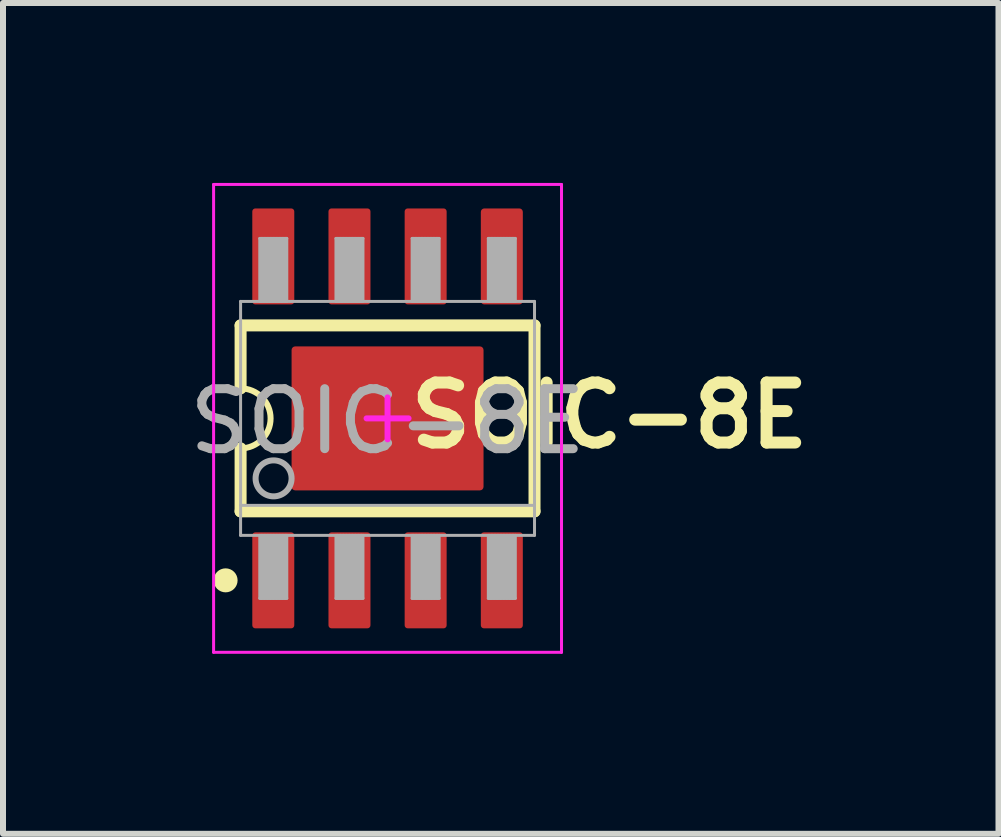
<source format=kicad_pcb>
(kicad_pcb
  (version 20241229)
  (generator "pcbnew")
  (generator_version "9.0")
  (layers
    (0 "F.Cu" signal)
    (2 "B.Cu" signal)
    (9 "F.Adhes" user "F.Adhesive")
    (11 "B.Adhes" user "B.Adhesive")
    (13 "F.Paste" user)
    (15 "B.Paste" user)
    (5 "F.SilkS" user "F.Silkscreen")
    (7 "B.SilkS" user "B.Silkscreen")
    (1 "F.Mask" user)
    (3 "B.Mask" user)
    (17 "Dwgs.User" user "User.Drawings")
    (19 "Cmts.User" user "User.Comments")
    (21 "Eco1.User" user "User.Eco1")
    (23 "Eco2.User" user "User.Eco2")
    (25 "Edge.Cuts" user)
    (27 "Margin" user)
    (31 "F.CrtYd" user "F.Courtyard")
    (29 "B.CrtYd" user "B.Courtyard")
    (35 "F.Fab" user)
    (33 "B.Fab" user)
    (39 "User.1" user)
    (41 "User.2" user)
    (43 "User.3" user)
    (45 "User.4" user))
  (footprint "SOIC-8E"
    (layer "F.Cu")
    (at 3.411 3.925)
    (property "Reference" "SOIC-8E" (at 3.7 -0.05 0) (layer "F.SilkS") (effects (font (size 1 1) (thickness 0.2))))
    (attr through_hole)
    (fp_line (start -2.45 -1.55) (end 2.45 -1.55) (stroke (width 0.2) (type solid)) (layer "F.SilkS"))
    (fp_line (start -2.45 -0.5) (end -2.45 -1.55) (stroke (width 0.2) (type solid)) (layer "F.SilkS"))
    (fp_line (start -2.45 1.55) (end -2.45 0.5) (stroke (width 0.2) (type solid)) (layer "F.SilkS"))
    (fp_line (start 2.45 -1.55) (end 2.45 1.55) (stroke (width 0.2) (type solid)) (layer "F.SilkS"))
    (fp_line (start 2.45 1.55) (end -2.45 1.55) (stroke (width 0.2) (type solid)) (layer "F.SilkS"))
    (fp_arc (start -2.45 -0.5) (mid -1.95 0) (end -2.45 0.5) (stroke (width 0.1) (type solid)) (layer "F.SilkS"))
    (fp_circle (center -2.7 2.7) (end -2.6 2.7) (stroke (width 0.2) (type solid)) (fill no) (layer "F.SilkS"))
    (fp_poly (pts (xy -1.35 -0.95) (xy -0.2 -0.95) (xy -0.2 -0.2) (xy -1.35 -0.2)) (stroke (width 0.15) (type solid)) (fill yes) (layer "F.Paste"))
    (fp_poly (pts (xy -0.2 0.95) (xy -1.35 0.95) (xy -1.35 0.2) (xy -0.2 0.2)) (stroke (width 0.15) (type solid)) (fill yes) (layer "F.Paste"))
    (fp_poly (pts (xy 1.35 -0.2) (xy 0.2 -0.2) (xy 0.2 -0.95) (xy 1.35 -0.95)) (stroke (width 0.15) (type solid)) (fill yes) (layer "F.Paste"))
    (fp_poly (pts (xy 1.35 0.95) (xy 0.2 0.95) (xy 0.2 0.2) (xy 1.35 0.2)) (stroke (width 0.15) (type solid)) (fill yes) (layer "F.Paste"))
    (fp_line (start -2.9 -3.9) (end 2.9 -3.9) (stroke (width 0.05) (type solid)) (layer "F.CrtYd"))
    (fp_line (start -2.9 3.9) (end -2.9 -3.9) (stroke (width 0.05) (type solid)) (layer "F.CrtYd"))
    (fp_line (start -0.35 0) (end 0.35 0) (stroke (width 0.1) (type solid)) (layer "F.CrtYd"))
    (fp_line (start 0 -0.35) (end 0 0.35) (stroke (width 0.1) (type solid)) (layer "F.CrtYd"))
    (fp_line (start 2.9 -3.9) (end 2.9 3.9) (stroke (width 0.05) (type solid)) (layer "F.CrtYd"))
    (fp_line (start 2.9 3.9) (end -2.9 3.9) (stroke (width 0.05) (type solid)) (layer "F.CrtYd"))
    (fp_line (start -2.45 -1.95) (end -2.45 1.95) (stroke (width 0.05) (type solid)) (layer "F.Fab"))
    (fp_line (start -2.45 -1.95) (end 2.45 -1.95) (stroke (width 0.05) (type solid)) (layer "F.Fab"))
    (fp_line (start -2.45 1.45) (end 2.45 1.45) (stroke (width 0.05) (type solid)) (layer "F.Fab"))
    (fp_line (start -2.45 1.95) (end 2.45 1.95) (stroke (width 0.05) (type solid)) (layer "F.Fab"))
    (fp_line (start -2.13 -1.95) (end -2.13 -3) (stroke (width 0.05) (type solid)) (layer "F.Fab"))
    (fp_line (start -2.13 1.95) (end -2.13 3) (stroke (width 0.05) (type solid)) (layer "F.Fab"))
    (fp_line (start -2.13 3) (end -1.68 3) (stroke (width 0.05) (type solid)) (layer "F.Fab"))
    (fp_line (start -2.105 -1.95) (end -2.105 -3) (stroke (width 0.05) (type solid)) (layer "F.Fab"))
    (fp_line (start -2.105 1.95) (end -2.105 3) (stroke (width 0.05) (type solid)) (layer "F.Fab"))
    (fp_line (start -2.08 -1.95) (end -2.08 -3) (stroke (width 0.05) (type solid)) (layer "F.Fab"))
    (fp_line (start -2.08 1.95) (end -2.08 3) (stroke (width 0.05) (type solid)) (layer "F.Fab"))
    (fp_line (start -2.055 -1.95) (end -2.055 -3) (stroke (width 0.05) (type solid)) (layer "F.Fab"))
    (fp_line (start -2.055 1.95) (end -2.055 3) (stroke (width 0.05) (type solid)) (layer "F.Fab"))
    (fp_line (start -2.03 -1.95) (end -2.03 -3) (stroke (width 0.05) (type solid)) (layer "F.Fab"))
    (fp_line (start -2.03 1.95) (end -2.03 3) (stroke (width 0.05) (type solid)) (layer "F.Fab"))
    (fp_line (start -2.005 -1.95) (end -2.005 -3) (stroke (width 0.05) (type solid)) (layer "F.Fab"))
    (fp_line (start -2.005 1.95) (end -2.005 3) (stroke (width 0.05) (type solid)) (layer "F.Fab"))
    (fp_line (start -1.98 -1.95) (end -1.98 -3) (stroke (width 0.05) (type solid)) (layer "F.Fab"))
    (fp_line (start -1.98 1.95) (end -1.98 3) (stroke (width 0.05) (type solid)) (layer "F.Fab"))
    (fp_line (start -1.955 -1.95) (end -1.955 -3) (stroke (width 0.05) (type solid)) (layer "F.Fab"))
    (fp_line (start -1.955 1.95) (end -1.955 3) (stroke (width 0.05) (type solid)) (layer "F.Fab"))
    (fp_line (start -1.93 -1.95) (end -1.93 -3) (stroke (width 0.05) (type solid)) (layer "F.Fab"))
    (fp_line (start -1.93 1.95) (end -1.93 3) (stroke (width 0.05) (type solid)) (layer "F.Fab"))
    (fp_line (start -1.905 -1.95) (end -1.905 -3) (stroke (width 0.05) (type solid)) (layer "F.Fab"))
    (fp_line (start -1.905 1.95) (end -1.905 3) (stroke (width 0.05) (type solid)) (layer "F.Fab"))
    (fp_line (start -1.88 -1.95) (end -1.88 -3) (stroke (width 0.05) (type solid)) (layer "F.Fab"))
    (fp_line (start -1.88 1.95) (end -1.88 3) (stroke (width 0.05) (type solid)) (layer "F.Fab"))
    (fp_line (start -1.855 -1.95) (end -1.855 -3) (stroke (width 0.05) (type solid)) (layer "F.Fab"))
    (fp_line (start -1.855 1.95) (end -1.855 3) (stroke (width 0.05) (type solid)) (layer "F.Fab"))
    (fp_line (start -1.83 -1.95) (end -1.83 -3) (stroke (width 0.05) (type solid)) (layer "F.Fab"))
    (fp_line (start -1.83 1.95) (end -1.83 3) (stroke (width 0.05) (type solid)) (layer "F.Fab"))
    (fp_line (start -1.805 -1.95) (end -1.805 -3) (stroke (width 0.05) (type solid)) (layer "F.Fab"))
    (fp_line (start -1.805 1.95) (end -1.805 3) (stroke (width 0.05) (type solid)) (layer "F.Fab"))
    (fp_line (start -1.78 -1.95) (end -1.78 -3) (stroke (width 0.05) (type solid)) (layer "F.Fab"))
    (fp_line (start -1.78 1.95) (end -1.78 3) (stroke (width 0.05) (type solid)) (layer "F.Fab"))
    (fp_line (start -1.755 -1.95) (end -1.755 -3) (stroke (width 0.05) (type solid)) (layer "F.Fab"))
    (fp_line (start -1.755 1.95) (end -1.755 3) (stroke (width 0.05) (type solid)) (layer "F.Fab"))
    (fp_line (start -1.73 -1.95) (end -1.73 -3) (stroke (width 0.05) (type solid)) (layer "F.Fab"))
    (fp_line (start -1.73 1.95) (end -1.73 3) (stroke (width 0.05) (type solid)) (layer "F.Fab"))
    (fp_line (start -1.705 -1.95) (end -1.705 -3) (stroke (width 0.05) (type solid)) (layer "F.Fab"))
    (fp_line (start -1.705 1.95) (end -1.705 3) (stroke (width 0.05) (type solid)) (layer "F.Fab"))
    (fp_line (start -1.68 -3) (end -2.13 -3) (stroke (width 0.05) (type solid)) (layer "F.Fab"))
    (fp_line (start -1.68 -1.95) (end -1.68 -3) (stroke (width 0.05) (type solid)) (layer "F.Fab"))
    (fp_line (start -1.68 1.95) (end -1.68 3) (stroke (width 0.05) (type solid)) (layer "F.Fab"))
    (fp_line (start -0.86 -1.95) (end -0.86 -3) (stroke (width 0.05) (type solid)) (layer "F.Fab"))
    (fp_line (start -0.86 1.95) (end -0.86 3) (stroke (width 0.05) (type solid)) (layer "F.Fab"))
    (fp_line (start -0.86 3) (end -0.41 3) (stroke (width 0.05) (type solid)) (layer "F.Fab"))
    (fp_line (start -0.835 -1.95) (end -0.835 -3) (stroke (width 0.05) (type solid)) (layer "F.Fab"))
    (fp_line (start -0.835 1.95) (end -0.835 3) (stroke (width 0.05) (type solid)) (layer "F.Fab"))
    (fp_line (start -0.81 -1.95) (end -0.81 -3) (stroke (width 0.05) (type solid)) (layer "F.Fab"))
    (fp_line (start -0.81 1.95) (end -0.81 3) (stroke (width 0.05) (type solid)) (layer "F.Fab"))
    (fp_line (start -0.785 -1.95) (end -0.785 -3) (stroke (width 0.05) (type solid)) (layer "F.Fab"))
    (fp_line (start -0.785 1.95) (end -0.785 3) (stroke (width 0.05) (type solid)) (layer "F.Fab"))
    (fp_line (start -0.76 -1.95) (end -0.76 -3) (stroke (width 0.05) (type solid)) (layer "F.Fab"))
    (fp_line (start -0.76 1.95) (end -0.76 3) (stroke (width 0.05) (type solid)) (layer "F.Fab"))
    (fp_line (start -0.735 -1.95) (end -0.735 -3) (stroke (width 0.05) (type solid)) (layer "F.Fab"))
    (fp_line (start -0.735 1.95) (end -0.735 3) (stroke (width 0.05) (type solid)) (layer "F.Fab"))
    (fp_line (start -0.71 -1.95) (end -0.71 -3) (stroke (width 0.05) (type solid)) (layer "F.Fab"))
    (fp_line (start -0.71 1.95) (end -0.71 3) (stroke (width 0.05) (type solid)) (layer "F.Fab"))
    (fp_line (start -0.685 -1.95) (end -0.685 -3) (stroke (width 0.05) (type solid)) (layer "F.Fab"))
    (fp_line (start -0.685 1.95) (end -0.685 3) (stroke (width 0.05) (type solid)) (layer "F.Fab"))
    (fp_line (start -0.66 -1.95) (end -0.66 -3) (stroke (width 0.05) (type solid)) (layer "F.Fab"))
    (fp_line (start -0.66 1.95) (end -0.66 3) (stroke (width 0.05) (type solid)) (layer "F.Fab"))
    (fp_line (start -0.635 -1.95) (end -0.635 -3) (stroke (width 0.05) (type solid)) (layer "F.Fab"))
    (fp_line (start -0.635 1.95) (end -0.635 3) (stroke (width 0.05) (type solid)) (layer "F.Fab"))
    (fp_line (start -0.61 -1.95) (end -0.61 -3) (stroke (width 0.05) (type solid)) (layer "F.Fab"))
    (fp_line (start -0.61 1.95) (end -0.61 3) (stroke (width 0.05) (type solid)) (layer "F.Fab"))
    (fp_line (start -0.585 -1.95) (end -0.585 -3) (stroke (width 0.05) (type solid)) (layer "F.Fab"))
    (fp_line (start -0.585 1.95) (end -0.585 3) (stroke (width 0.05) (type solid)) (layer "F.Fab"))
    (fp_line (start -0.56 -1.95) (end -0.56 -3) (stroke (width 0.05) (type solid)) (layer "F.Fab"))
    (fp_line (start -0.56 1.95) (end -0.56 3) (stroke (width 0.05) (type solid)) (layer "F.Fab"))
    (fp_line (start -0.535 -1.95) (end -0.535 -3) (stroke (width 0.05) (type solid)) (layer "F.Fab"))
    (fp_line (start -0.535 1.95) (end -0.535 3) (stroke (width 0.05) (type solid)) (layer "F.Fab"))
    (fp_line (start -0.51 -1.95) (end -0.51 -3) (stroke (width 0.05) (type solid)) (layer "F.Fab"))
    (fp_line (start -0.51 1.95) (end -0.51 3) (stroke (width 0.05) (type solid)) (layer "F.Fab"))
    (fp_line (start -0.485 -1.95) (end -0.485 -3) (stroke (width 0.05) (type solid)) (layer "F.Fab"))
    (fp_line (start -0.485 1.95) (end -0.485 3) (stroke (width 0.05) (type solid)) (layer "F.Fab"))
    (fp_line (start -0.46 -1.95) (end -0.46 -3) (stroke (width 0.05) (type solid)) (layer "F.Fab"))
    (fp_line (start -0.46 1.95) (end -0.46 3) (stroke (width 0.05) (type solid)) (layer "F.Fab"))
    (fp_line (start -0.435 -1.95) (end -0.435 -3) (stroke (width 0.05) (type solid)) (layer "F.Fab"))
    (fp_line (start -0.435 1.95) (end -0.435 3) (stroke (width 0.05) (type solid)) (layer "F.Fab"))
    (fp_line (start -0.41 -3) (end -0.86 -3) (stroke (width 0.05) (type solid)) (layer "F.Fab"))
    (fp_line (start -0.41 -1.95) (end -0.41 -3) (stroke (width 0.05) (type solid)) (layer "F.Fab"))
    (fp_line (start -0.41 1.95) (end -0.41 3) (stroke (width 0.05) (type solid)) (layer "F.Fab"))
    (fp_line (start 0.41 -1.95) (end 0.41 -3) (stroke (width 0.05) (type solid)) (layer "F.Fab"))
    (fp_line (start 0.41 1.95) (end 0.41 3) (stroke (width 0.05) (type solid)) (layer "F.Fab"))
    (fp_line (start 0.41 3) (end 0.86 3) (stroke (width 0.05) (type solid)) (layer "F.Fab"))
    (fp_line (start 0.435 -1.95) (end 0.435 -3) (stroke (width 0.05) (type solid)) (layer "F.Fab"))
    (fp_line (start 0.435 1.95) (end 0.435 3) (stroke (width 0.05) (type solid)) (layer "F.Fab"))
    (fp_line (start 0.46 -1.95) (end 0.46 -3) (stroke (width 0.05) (type solid)) (layer "F.Fab"))
    (fp_line (start 0.46 1.95) (end 0.46 3) (stroke (width 0.05) (type solid)) (layer "F.Fab"))
    (fp_line (start 0.485 -1.95) (end 0.485 -3) (stroke (width 0.05) (type solid)) (layer "F.Fab"))
    (fp_line (start 0.485 1.95) (end 0.485 3) (stroke (width 0.05) (type solid)) (layer "F.Fab"))
    (fp_line (start 0.51 -1.95) (end 0.51 -3) (stroke (width 0.05) (type solid)) (layer "F.Fab"))
    (fp_line (start 0.51 1.95) (end 0.51 3) (stroke (width 0.05) (type solid)) (layer "F.Fab"))
    (fp_line (start 0.535 -1.95) (end 0.535 -3) (stroke (width 0.05) (type solid)) (layer "F.Fab"))
    (fp_line (start 0.535 1.95) (end 0.535 3) (stroke (width 0.05) (type solid)) (layer "F.Fab"))
    (fp_line (start 0.56 -1.95) (end 0.56 -3) (stroke (width 0.05) (type solid)) (layer "F.Fab"))
    (fp_line (start 0.56 1.95) (end 0.56 3) (stroke (width 0.05) (type solid)) (layer "F.Fab"))
    (fp_line (start 0.585 -1.95) (end 0.585 -3) (stroke (width 0.05) (type solid)) (layer "F.Fab"))
    (fp_line (start 0.585 1.95) (end 0.585 3) (stroke (width 0.05) (type solid)) (layer "F.Fab"))
    (fp_line (start 0.61 -1.95) (end 0.61 -3) (stroke (width 0.05) (type solid)) (layer "F.Fab"))
    (fp_line (start 0.61 1.95) (end 0.61 3) (stroke (width 0.05) (type solid)) (layer "F.Fab"))
    (fp_line (start 0.635 -1.95) (end 0.635 -3) (stroke (width 0.05) (type solid)) (layer "F.Fab"))
    (fp_line (start 0.635 1.95) (end 0.635 3) (stroke (width 0.05) (type solid)) (layer "F.Fab"))
    (fp_line (start 0.66 -1.95) (end 0.66 -3) (stroke (width 0.05) (type solid)) (layer "F.Fab"))
    (fp_line (start 0.66 1.95) (end 0.66 3) (stroke (width 0.05) (type solid)) (layer "F.Fab"))
    (fp_line (start 0.685 -1.95) (end 0.685 -3) (stroke (width 0.05) (type solid)) (layer "F.Fab"))
    (fp_line (start 0.685 1.95) (end 0.685 3) (stroke (width 0.05) (type solid)) (layer "F.Fab"))
    (fp_line (start 0.71 -1.95) (end 0.71 -3) (stroke (width 0.05) (type solid)) (layer "F.Fab"))
    (fp_line (start 0.71 1.95) (end 0.71 3) (stroke (width 0.05) (type solid)) (layer "F.Fab"))
    (fp_line (start 0.735 -1.95) (end 0.735 -3) (stroke (width 0.05) (type solid)) (layer "F.Fab"))
    (fp_line (start 0.735 1.95) (end 0.735 3) (stroke (width 0.05) (type solid)) (layer "F.Fab"))
    (fp_line (start 0.76 -1.95) (end 0.76 -3) (stroke (width 0.05) (type solid)) (layer "F.Fab"))
    (fp_line (start 0.76 1.95) (end 0.76 3) (stroke (width 0.05) (type solid)) (layer "F.Fab"))
    (fp_line (start 0.785 -1.95) (end 0.785 -3) (stroke (width 0.05) (type solid)) (layer "F.Fab"))
    (fp_line (start 0.785 1.95) (end 0.785 3) (stroke (width 0.05) (type solid)) (layer "F.Fab"))
    (fp_line (start 0.81 -1.95) (end 0.81 -3) (stroke (width 0.05) (type solid)) (layer "F.Fab"))
    (fp_line (start 0.81 1.95) (end 0.81 3) (stroke (width 0.05) (type solid)) (layer "F.Fab"))
    (fp_line (start 0.835 -1.95) (end 0.835 -3) (stroke (width 0.05) (type solid)) (layer "F.Fab"))
    (fp_line (start 0.835 1.95) (end 0.835 3) (stroke (width 0.05) (type solid)) (layer "F.Fab"))
    (fp_line (start 0.86 -3) (end 0.41 -3) (stroke (width 0.05) (type solid)) (layer "F.Fab"))
    (fp_line (start 0.86 -1.95) (end 0.86 -3) (stroke (width 0.05) (type solid)) (layer "F.Fab"))
    (fp_line (start 0.86 1.95) (end 0.86 3) (stroke (width 0.05) (type solid)) (layer "F.Fab"))
    (fp_line (start 1.68 -1.95) (end 1.68 -3) (stroke (width 0.05) (type solid)) (layer "F.Fab"))
    (fp_line (start 1.68 1.95) (end 1.68 3) (stroke (width 0.05) (type solid)) (layer "F.Fab"))
    (fp_line (start 1.68 3) (end 2.13 3) (stroke (width 0.05) (type solid)) (layer "F.Fab"))
    (fp_line (start 1.705 -1.95) (end 1.705 -3) (stroke (width 0.05) (type solid)) (layer "F.Fab"))
    (fp_line (start 1.705 1.95) (end 1.705 3) (stroke (width 0.05) (type solid)) (layer "F.Fab"))
    (fp_line (start 1.73 -1.95) (end 1.73 -3) (stroke (width 0.05) (type solid)) (layer "F.Fab"))
    (fp_line (start 1.73 1.95) (end 1.73 3) (stroke (width 0.05) (type solid)) (layer "F.Fab"))
    (fp_line (start 1.755 -1.95) (end 1.755 -3) (stroke (width 0.05) (type solid)) (layer "F.Fab"))
    (fp_line (start 1.755 1.95) (end 1.755 3) (stroke (width 0.05) (type solid)) (layer "F.Fab"))
    (fp_line (start 1.78 -1.95) (end 1.78 -3) (stroke (width 0.05) (type solid)) (layer "F.Fab"))
    (fp_line (start 1.78 1.95) (end 1.78 3) (stroke (width 0.05) (type solid)) (layer "F.Fab"))
    (fp_line (start 1.805 -1.95) (end 1.805 -3) (stroke (width 0.05) (type solid)) (layer "F.Fab"))
    (fp_line (start 1.805 1.95) (end 1.805 3) (stroke (width 0.05) (type solid)) (layer "F.Fab"))
    (fp_line (start 1.83 -1.95) (end 1.83 -3) (stroke (width 0.05) (type solid)) (layer "F.Fab"))
    (fp_line (start 1.83 1.95) (end 1.83 3) (stroke (width 0.05) (type solid)) (layer "F.Fab"))
    (fp_line (start 1.855 -1.95) (end 1.855 -3) (stroke (width 0.05) (type solid)) (layer "F.Fab"))
    (fp_line (start 1.855 1.95) (end 1.855 3) (stroke (width 0.05) (type solid)) (layer "F.Fab"))
    (fp_line (start 1.88 -1.95) (end 1.88 -3) (stroke (width 0.05) (type solid)) (layer "F.Fab"))
    (fp_line (start 1.88 1.95) (end 1.88 3) (stroke (width 0.05) (type solid)) (layer "F.Fab"))
    (fp_line (start 1.905 -1.95) (end 1.905 -3) (stroke (width 0.05) (type solid)) (layer "F.Fab"))
    (fp_line (start 1.905 1.95) (end 1.905 3) (stroke (width 0.05) (type solid)) (layer "F.Fab"))
    (fp_line (start 1.93 -1.95) (end 1.93 -3) (stroke (width 0.05) (type solid)) (layer "F.Fab"))
    (fp_line (start 1.93 1.95) (end 1.93 3) (stroke (width 0.05) (type solid)) (layer "F.Fab"))
    (fp_line (start 1.955 -1.95) (end 1.955 -3) (stroke (width 0.05) (type solid)) (layer "F.Fab"))
    (fp_line (start 1.955 1.95) (end 1.955 3) (stroke (width 0.05) (type solid)) (layer "F.Fab"))
    (fp_line (start 1.98 -1.95) (end 1.98 -3) (stroke (width 0.05) (type solid)) (layer "F.Fab"))
    (fp_line (start 1.98 1.95) (end 1.98 3) (stroke (width 0.05) (type solid)) (layer "F.Fab"))
    (fp_line (start 2.005 -1.95) (end 2.005 -3) (stroke (width 0.05) (type solid)) (layer "F.Fab"))
    (fp_line (start 2.005 1.95) (end 2.005 3) (stroke (width 0.05) (type solid)) (layer "F.Fab"))
    (fp_line (start 2.03 -1.95) (end 2.03 -3) (stroke (width 0.05) (type solid)) (layer "F.Fab"))
    (fp_line (start 2.03 1.95) (end 2.03 3) (stroke (width 0.05) (type solid)) (layer "F.Fab"))
    (fp_line (start 2.055 -1.95) (end 2.055 -3) (stroke (width 0.05) (type solid)) (layer "F.Fab"))
    (fp_line (start 2.055 1.95) (end 2.055 3) (stroke (width 0.05) (type solid)) (layer "F.Fab"))
    (fp_line (start 2.08 -1.95) (end 2.08 -3) (stroke (width 0.05) (type solid)) (layer "F.Fab"))
    (fp_line (start 2.08 1.95) (end 2.08 3) (stroke (width 0.05) (type solid)) (layer "F.Fab"))
    (fp_line (start 2.105 -1.95) (end 2.105 -3) (stroke (width 0.05) (type solid)) (layer "F.Fab"))
    (fp_line (start 2.105 1.95) (end 2.105 3) (stroke (width 0.05) (type solid)) (layer "F.Fab"))
    (fp_line (start 2.13 -3) (end 1.68 -3) (stroke (width 0.05) (type solid)) (layer "F.Fab"))
    (fp_line (start 2.13 -1.95) (end 2.13 -3) (stroke (width 0.05) (type solid)) (layer "F.Fab"))
    (fp_line (start 2.13 1.95) (end 2.13 3) (stroke (width 0.05) (type solid)) (layer "F.Fab"))
    (fp_line (start 2.45 -1.95) (end 2.45 1.95) (stroke (width 0.05) (type solid)) (layer "F.Fab"))
    (fp_circle (center -1.9 1) (end -1.6 1) (stroke (width 0.1) (type solid)) (fill no) (layer "F.Fab"))
    (fp_text user "${REFERENCE}" (at 0 0.05 0) (layer "F.Fab") (effects (font (size 1 1) (thickness 0.15))))
    (pad "1" smd roundrect (at -1.905 2.7) (size 0.7 1.6) (layers "F.Cu" "F.Mask" "F.Paste") (roundrect_rratio 0.072))
    (pad "2" smd roundrect (at -0.635 2.7) (size 0.7 1.6) (layers "F.Cu" "F.Mask" "F.Paste") (roundrect_rratio 0.072))
    (pad "3" smd roundrect (at 0.635 2.7) (size 0.7 1.6) (layers "F.Cu" "F.Mask" "F.Paste") (roundrect_rratio 0.072))
    (pad "4" smd roundrect (at 1.905 2.7) (size 0.7 1.6) (layers "F.Cu" "F.Mask" "F.Paste") (roundrect_rratio 0.072))
    (pad "5" smd roundrect (at 1.905 -2.7) (size 0.7 1.6) (layers "F.Cu" "F.Mask" "F.Paste") (roundrect_rratio 0.083))
    (pad "6" smd roundrect (at 0.635 -2.7) (size 0.7 1.6) (layers "F.Cu" "F.Mask" "F.Paste") (roundrect_rratio 0.072))
    (pad "7" smd roundrect (at -0.635 -2.7) (size 0.7 1.6) (layers "F.Cu" "F.Mask" "F.Paste") (roundrect_rratio 0.072))
    (pad "8" smd roundrect (at -1.905 -2.7) (size 0.7 1.6) (layers "F.Cu" "F.Mask" "F.Paste") (roundrect_rratio 0.072))
    (pad "TP" smd roundrect (at 0 0) (size 3.2 2.4) (layers "F.Cu" "F.Mask" "F.Paste") (roundrect_rratio 0.025)))
  (gr_rect
    (start -3 -3)
    (end 13.596 10.85)
    (stroke (width 0.1) (type default))
    (fill no)
    (layer "Edge.Cuts")))
</source>
